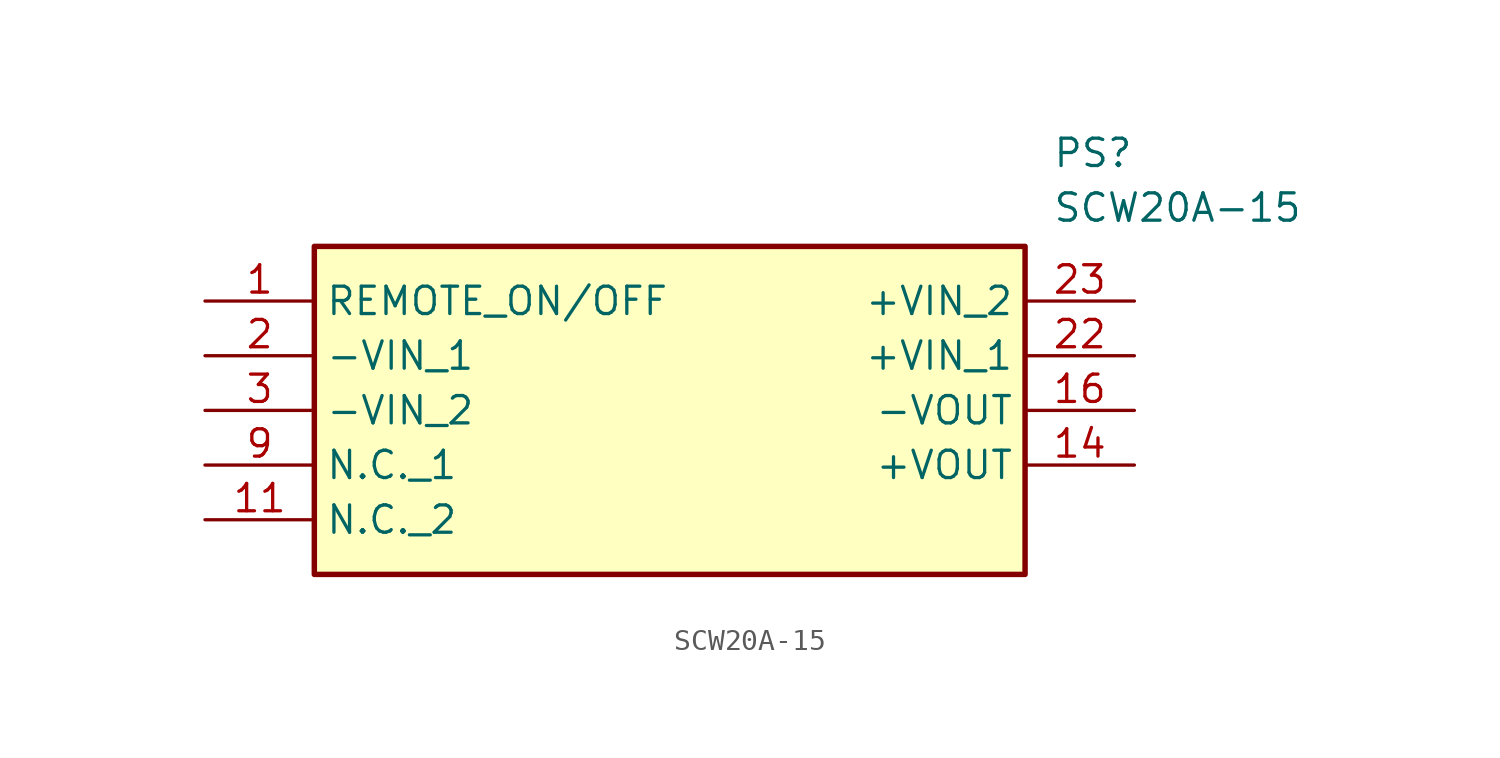
<source format=kicad_sym>
(kicad_symbol_lib
  (version 20211014)
  (generator SamacSys_ECAD_Model)
  (symbol "SCW20A-15"
    (property "Reference" "PS"
      (at 39.37 7.62 0)
      (effects (font (size 1.27 1.27)) (justify left top)))
    (property "Value" "SCW20A-15"
      (at 39.37 5.08 0)
      (effects (font (size 1.27 1.27)) (justify left top)))
    (rectangle
      (start 5.08 2.54)
      (end 38.1 -12.7)
      (stroke (width 0.254) (type default))
      (fill (type background)))
    (pin passive line
      (at 0 0 0)
      (length 5.08)
      (name "REMOTE_ON/OFF" (effects (font (size 1.27 1.27))))
      (number "1" (effects (font (size 1.27 1.27)))))
    (pin passive line
      (at 0 -2.54 0)
      (length 5.08)
      (name "-VIN_1" (effects (font (size 1.27 1.27))))
      (number "2" (effects (font (size 1.27 1.27)))))
    (pin passive line
      (at 0 -5.08 0)
      (length 5.08)
      (name "-VIN_2" (effects (font (size 1.27 1.27))))
      (number "3" (effects (font (size 1.27 1.27)))))
    (pin passive line
      (at 0 -7.62 0)
      (length 5.08)
      (name "N.C._1" (effects (font (size 1.27 1.27))))
      (number "9" (effects (font (size 1.27 1.27)))))
    (pin passive line
      (at 0 -10.16 0)
      (length 5.08)
      (name "N.C._2" (effects (font (size 1.27 1.27))))
      (number "11" (effects (font (size 1.27 1.27)))))
    (pin passive line
      (at 43.18 -7.62 180)
      (length 5.08)
      (name "+VOUT" (effects (font (size 1.27 1.27))))
      (number "14" (effects (font (size 1.27 1.27)))))
    (pin passive line
      (at 43.18 -5.08 180)
      (length 5.08)
      (name "-VOUT" (effects (font (size 1.27 1.27))))
      (number "16" (effects (font (size 1.27 1.27)))))
    (pin passive line
      (at 43.18 -2.54 180)
      (length 5.08)
      (name "+VIN_1" (effects (font (size 1.27 1.27))))
      (number "22" (effects (font (size 1.27 1.27)))))
    (pin passive line
      (at 43.18 0 180)
      (length 5.08)
      (name "+VIN_2" (effects (font (size 1.27 1.27))))
      (number "23" (effects (font (size 1.27 1.27)))))))
</source>
